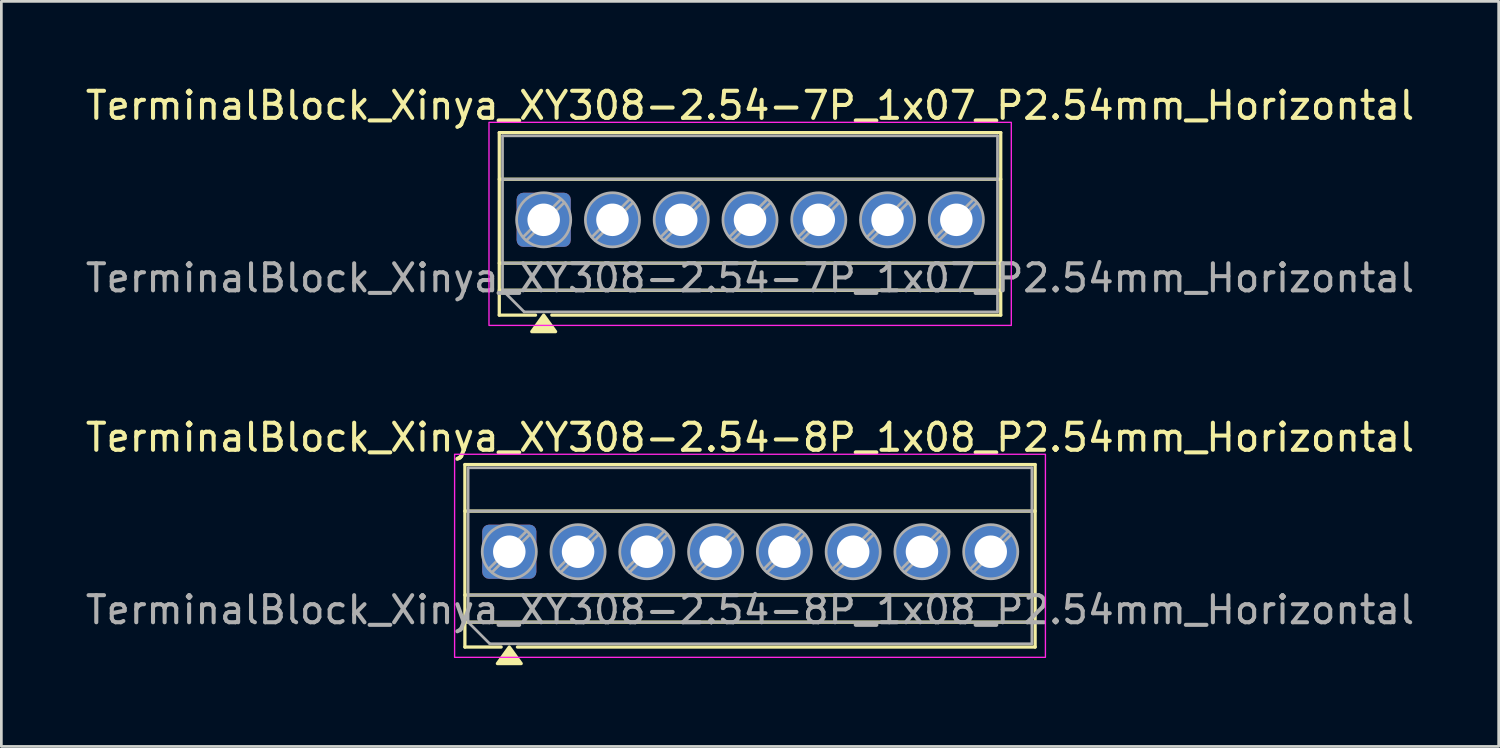
<source format=kicad_pcb>
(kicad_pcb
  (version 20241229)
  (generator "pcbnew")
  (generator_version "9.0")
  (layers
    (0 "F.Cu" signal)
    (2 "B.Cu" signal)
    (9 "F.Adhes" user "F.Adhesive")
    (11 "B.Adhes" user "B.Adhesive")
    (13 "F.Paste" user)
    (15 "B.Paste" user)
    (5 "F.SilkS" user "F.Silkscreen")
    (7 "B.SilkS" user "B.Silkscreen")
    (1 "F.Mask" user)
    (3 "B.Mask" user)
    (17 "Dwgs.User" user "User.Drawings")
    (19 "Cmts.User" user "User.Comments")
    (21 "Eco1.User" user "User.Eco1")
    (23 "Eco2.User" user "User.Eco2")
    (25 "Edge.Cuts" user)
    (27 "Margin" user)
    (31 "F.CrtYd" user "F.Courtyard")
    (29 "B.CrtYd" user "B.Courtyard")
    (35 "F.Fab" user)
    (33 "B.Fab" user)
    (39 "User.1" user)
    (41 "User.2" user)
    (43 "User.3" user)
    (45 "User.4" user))
  (footprint "TerminalBlock_Xinya_XY308-2.54-8P_1x08_P2.54mm_Horizontal"
    (layer "F.Cu")
    (at 15.759 17.326)
    (property "Reference" "TerminalBlock_Xinya_XY308-2.54-8P_1x08_P2.54mm_Horizontal" (at 8.89 -4.22 0) (layer "F.SilkS") (effects (font (size 1 1) (thickness 0.15))))
    (attr through_hole)
    (fp_line (start -1.64 -3.22) (end 19.42 -3.22) (stroke (width 0.12) (type solid)) (layer "F.SilkS"))
    (fp_line (start -1.64 -1.5) (end 19.42 -1.5) (stroke (width 0.12) (type solid)) (layer "F.SilkS"))
    (fp_line (start -1.64 1.6) (end 19.42 1.6) (stroke (width 0.12) (type solid)) (layer "F.SilkS"))
    (fp_line (start -1.64 2.6) (end 19.42 2.6) (stroke (width 0.12) (type solid)) (layer "F.SilkS"))
    (fp_line (start -1.64 3.52) (end -1.64 -3.22) (stroke (width 0.12) (type solid)) (layer "F.SilkS"))
    (fp_line (start -0.3 3.52) (end -1.64 3.52) (stroke (width 0.12) (type solid)) (layer "F.SilkS"))
    (fp_line (start 19.42 -3.22) (end 19.42 3.52) (stroke (width 0.12) (type solid)) (layer "F.SilkS"))
    (fp_line (start 19.42 3.52) (end 0.3 3.52) (stroke (width 0.12) (type solid)) (layer "F.SilkS"))
    (fp_poly (pts (xy 0 3.52) (xy 0.44 4.13) (xy -0.44 4.13)) (stroke (width 0.12) (type solid)) (fill yes) (layer "F.SilkS"))
    (fp_rect (start -2.02 -3.6) (end 19.8 3.9) (stroke (width 0.05) (type solid)) (fill no) (layer "F.CrtYd"))
    (fp_line (start -1.52 -3.1) (end 19.3 -3.1) (stroke (width 0.1) (type solid)) (layer "F.Fab"))
    (fp_line (start -1.52 -1.5) (end 19.3 -1.5) (stroke (width 0.1) (type solid)) (layer "F.Fab"))
    (fp_line (start -1.52 1.6) (end 19.3 1.6) (stroke (width 0.1) (type solid)) (layer "F.Fab"))
    (fp_line (start -1.52 2.6) (end -1.52 -3.1) (stroke (width 0.1) (type solid)) (layer "F.Fab"))
    (fp_line (start -1.52 2.6) (end 19.3 2.6) (stroke (width 0.1) (type solid)) (layer "F.Fab"))
    (fp_line (start -0.72 3.4) (end -1.52 2.6) (stroke (width 0.1) (type solid)) (layer "F.Fab"))
    (fp_line (start 0.636 -0.758) (end -0.758 0.636) (stroke (width 0.1) (type solid)) (layer "F.Fab"))
    (fp_line (start 0.758 -0.636) (end -0.636 0.758) (stroke (width 0.1) (type solid)) (layer "F.Fab"))
    (fp_line (start 3.176 -0.758) (end 1.782 0.636) (stroke (width 0.1) (type solid)) (layer "F.Fab"))
    (fp_line (start 3.298 -0.636) (end 1.904 0.758) (stroke (width 0.1) (type solid)) (layer "F.Fab"))
    (fp_line (start 5.716 -0.758) (end 4.322 0.636) (stroke (width 0.1) (type solid)) (layer "F.Fab"))
    (fp_line (start 5.838 -0.636) (end 4.444 0.758) (stroke (width 0.1) (type solid)) (layer "F.Fab"))
    (fp_line (start 8.256 -0.758) (end 6.862 0.636) (stroke (width 0.1) (type solid)) (layer "F.Fab"))
    (fp_line (start 8.378 -0.636) (end 6.984 0.758) (stroke (width 0.1) (type solid)) (layer "F.Fab"))
    (fp_line (start 10.796 -0.758) (end 9.402 0.636) (stroke (width 0.1) (type solid)) (layer "F.Fab"))
    (fp_line (start 10.918 -0.636) (end 9.524 0.758) (stroke (width 0.1) (type solid)) (layer "F.Fab"))
    (fp_line (start 13.336 -0.758) (end 11.942 0.636) (stroke (width 0.1) (type solid)) (layer "F.Fab"))
    (fp_line (start 13.458 -0.636) (end 12.064 0.758) (stroke (width 0.1) (type solid)) (layer "F.Fab"))
    (fp_line (start 15.876 -0.758) (end 14.482 0.636) (stroke (width 0.1) (type solid)) (layer "F.Fab"))
    (fp_line (start 15.998 -0.636) (end 14.604 0.758) (stroke (width 0.1) (type solid)) (layer "F.Fab"))
    (fp_line (start 18.416 -0.758) (end 17.022 0.636) (stroke (width 0.1) (type solid)) (layer "F.Fab"))
    (fp_line (start 18.538 -0.636) (end 17.144 0.758) (stroke (width 0.1) (type solid)) (layer "F.Fab"))
    (fp_line (start 19.3 -3.1) (end 19.3 3.4) (stroke (width 0.1) (type solid)) (layer "F.Fab"))
    (fp_line (start 19.3 3.4) (end -0.72 3.4) (stroke (width 0.1) (type solid)) (layer "F.Fab"))
    (fp_circle (center 0 0) (end 1 0) (stroke (width 0.1) (type solid)) (fill no) (layer "F.Fab"))
    (fp_circle (center 2.54 0) (end 3.54 0) (stroke (width 0.1) (type solid)) (fill no) (layer "F.Fab"))
    (fp_circle (center 5.08 0) (end 6.08 0) (stroke (width 0.1) (type solid)) (fill no) (layer "F.Fab"))
    (fp_circle (center 7.62 0) (end 8.62 0) (stroke (width 0.1) (type solid)) (fill no) (layer "F.Fab"))
    (fp_circle (center 10.16 0) (end 11.16 0) (stroke (width 0.1) (type solid)) (fill no) (layer "F.Fab"))
    (fp_circle (center 12.7 0) (end 13.7 0) (stroke (width 0.1) (type solid)) (fill no) (layer "F.Fab"))
    (fp_circle (center 15.24 0) (end 16.24 0) (stroke (width 0.1) (type solid)) (fill no) (layer "F.Fab"))
    (fp_circle (center 17.78 0) (end 18.78 0) (stroke (width 0.1) (type solid)) (fill no) (layer "F.Fab"))
    (fp_text user "${REFERENCE}" (at 8.89 2.15 0) (layer "F.Fab") (effects (font (size 1 1) (thickness 0.15))))
    (pad "1" thru_hole roundrect (at 0 0) (size 2 2) (drill 1.2) (layers "*.Cu" "*.Mask") (roundrect_rratio 0.125))
    (pad "2" thru_hole circle (at 2.54 0) (size 2 2) (drill 1.2) (layers "*.Cu" "*.Mask"))
    (pad "3" thru_hole circle (at 5.08 0) (size 2 2) (drill 1.2) (layers "*.Cu" "*.Mask"))
    (pad "4" thru_hole circle (at 7.62 0) (size 2 2) (drill 1.2) (layers "*.Cu" "*.Mask"))
    (pad "5" thru_hole circle (at 10.16 0) (size 2 2) (drill 1.2) (layers "*.Cu" "*.Mask"))
    (pad "6" thru_hole circle (at 12.7 0) (size 2 2) (drill 1.2) (layers "*.Cu" "*.Mask"))
    (pad "7" thru_hole circle (at 15.24 0) (size 2 2) (drill 1.2) (layers "*.Cu" "*.Mask"))
    (pad "8" thru_hole circle (at 17.78 0) (size 2 2) (drill 1.2) (layers "*.Cu" "*.Mask")))
  (footprint "TerminalBlock_Xinya_XY308-2.54-7P_1x07_P2.54mm_Horizontal"
    (layer "F.Cu")
    (at 17.029 5.068)
    (property "Reference" "TerminalBlock_Xinya_XY308-2.54-7P_1x07_P2.54mm_Horizontal" (at 7.62 -4.22 0) (layer "F.SilkS") (effects (font (size 1 1) (thickness 0.15))))
    (attr through_hole)
    (fp_line (start -1.64 -3.22) (end 16.88 -3.22) (stroke (width 0.12) (type solid)) (layer "F.SilkS"))
    (fp_line (start -1.64 -1.5) (end 16.88 -1.5) (stroke (width 0.12) (type solid)) (layer "F.SilkS"))
    (fp_line (start -1.64 1.6) (end 16.88 1.6) (stroke (width 0.12) (type solid)) (layer "F.SilkS"))
    (fp_line (start -1.64 2.6) (end 16.88 2.6) (stroke (width 0.12) (type solid)) (layer "F.SilkS"))
    (fp_line (start -1.64 3.52) (end -1.64 -3.22) (stroke (width 0.12) (type solid)) (layer "F.SilkS"))
    (fp_line (start -0.3 3.52) (end -1.64 3.52) (stroke (width 0.12) (type solid)) (layer "F.SilkS"))
    (fp_line (start 16.88 -3.22) (end 16.88 3.52) (stroke (width 0.12) (type solid)) (layer "F.SilkS"))
    (fp_line (start 16.88 3.52) (end 0.3 3.52) (stroke (width 0.12) (type solid)) (layer "F.SilkS"))
    (fp_poly (pts (xy 0 3.52) (xy 0.44 4.13) (xy -0.44 4.13)) (stroke (width 0.12) (type solid)) (fill yes) (layer "F.SilkS"))
    (fp_rect (start -2.02 -3.6) (end 17.27 3.9) (stroke (width 0.05) (type solid)) (fill no) (layer "F.CrtYd"))
    (fp_line (start -1.52 -3.1) (end 16.76 -3.1) (stroke (width 0.1) (type solid)) (layer "F.Fab"))
    (fp_line (start -1.52 -1.5) (end 16.76 -1.5) (stroke (width 0.1) (type solid)) (layer "F.Fab"))
    (fp_line (start -1.52 1.6) (end 16.76 1.6) (stroke (width 0.1) (type solid)) (layer "F.Fab"))
    (fp_line (start -1.52 2.6) (end -1.52 -3.1) (stroke (width 0.1) (type solid)) (layer "F.Fab"))
    (fp_line (start -1.52 2.6) (end 16.76 2.6) (stroke (width 0.1) (type solid)) (layer "F.Fab"))
    (fp_line (start -0.72 3.4) (end -1.52 2.6) (stroke (width 0.1) (type solid)) (layer "F.Fab"))
    (fp_line (start 0.636 -0.758) (end -0.758 0.636) (stroke (width 0.1) (type solid)) (layer "F.Fab"))
    (fp_line (start 0.758 -0.636) (end -0.636 0.758) (stroke (width 0.1) (type solid)) (layer "F.Fab"))
    (fp_line (start 3.176 -0.758) (end 1.782 0.636) (stroke (width 0.1) (type solid)) (layer "F.Fab"))
    (fp_line (start 3.298 -0.636) (end 1.904 0.758) (stroke (width 0.1) (type solid)) (layer "F.Fab"))
    (fp_line (start 5.716 -0.758) (end 4.322 0.636) (stroke (width 0.1) (type solid)) (layer "F.Fab"))
    (fp_line (start 5.838 -0.636) (end 4.444 0.758) (stroke (width 0.1) (type solid)) (layer "F.Fab"))
    (fp_line (start 8.256 -0.758) (end 6.862 0.636) (stroke (width 0.1) (type solid)) (layer "F.Fab"))
    (fp_line (start 8.378 -0.636) (end 6.984 0.758) (stroke (width 0.1) (type solid)) (layer "F.Fab"))
    (fp_line (start 10.796 -0.758) (end 9.402 0.636) (stroke (width 0.1) (type solid)) (layer "F.Fab"))
    (fp_line (start 10.918 -0.636) (end 9.524 0.758) (stroke (width 0.1) (type solid)) (layer "F.Fab"))
    (fp_line (start 13.336 -0.758) (end 11.942 0.636) (stroke (width 0.1) (type solid)) (layer "F.Fab"))
    (fp_line (start 13.458 -0.636) (end 12.064 0.758) (stroke (width 0.1) (type solid)) (layer "F.Fab"))
    (fp_line (start 15.876 -0.758) (end 14.482 0.636) (stroke (width 0.1) (type solid)) (layer "F.Fab"))
    (fp_line (start 15.998 -0.636) (end 14.604 0.758) (stroke (width 0.1) (type solid)) (layer "F.Fab"))
    (fp_line (start 16.76 -3.1) (end 16.76 3.4) (stroke (width 0.1) (type solid)) (layer "F.Fab"))
    (fp_line (start 16.76 3.4) (end -0.72 3.4) (stroke (width 0.1) (type solid)) (layer "F.Fab"))
    (fp_circle (center 0 0) (end 1 0) (stroke (width 0.1) (type solid)) (fill no) (layer "F.Fab"))
    (fp_circle (center 2.54 0) (end 3.54 0) (stroke (width 0.1) (type solid)) (fill no) (layer "F.Fab"))
    (fp_circle (center 5.08 0) (end 6.08 0) (stroke (width 0.1) (type solid)) (fill no) (layer "F.Fab"))
    (fp_circle (center 7.62 0) (end 8.62 0) (stroke (width 0.1) (type solid)) (fill no) (layer "F.Fab"))
    (fp_circle (center 10.16 0) (end 11.16 0) (stroke (width 0.1) (type solid)) (fill no) (layer "F.Fab"))
    (fp_circle (center 12.7 0) (end 13.7 0) (stroke (width 0.1) (type solid)) (fill no) (layer "F.Fab"))
    (fp_circle (center 15.24 0) (end 16.24 0) (stroke (width 0.1) (type solid)) (fill no) (layer "F.Fab"))
    (fp_text user "${REFERENCE}" (at 7.62 2.15 0) (layer "F.Fab") (effects (font (size 1 1) (thickness 0.15))))
    (pad "1" thru_hole roundrect (at 0 0) (size 2 2) (drill 1.2) (layers "*.Cu" "*.Mask") (roundrect_rratio 0.125))
    (pad "2" thru_hole circle (at 2.54 0) (size 2 2) (drill 1.2) (layers "*.Cu" "*.Mask"))
    (pad "3" thru_hole circle (at 5.08 0) (size 2 2) (drill 1.2) (layers "*.Cu" "*.Mask"))
    (pad "4" thru_hole circle (at 7.62 0) (size 2 2) (drill 1.2) (layers "*.Cu" "*.Mask"))
    (pad "5" thru_hole circle (at 10.16 0) (size 2 2) (drill 1.2) (layers "*.Cu" "*.Mask"))
    (pad "6" thru_hole circle (at 12.7 0) (size 2 2) (drill 1.2) (layers "*.Cu" "*.Mask"))
    (pad "7" thru_hole circle (at 15.24 0) (size 2 2) (drill 1.2) (layers "*.Cu" "*.Mask")))
  (gr_rect
    (start -3 -3)
    (end 52.298 24.517)
    (stroke (width 0.1) (type default))
    (fill no)
    (layer "Edge.Cuts")))
</source>
